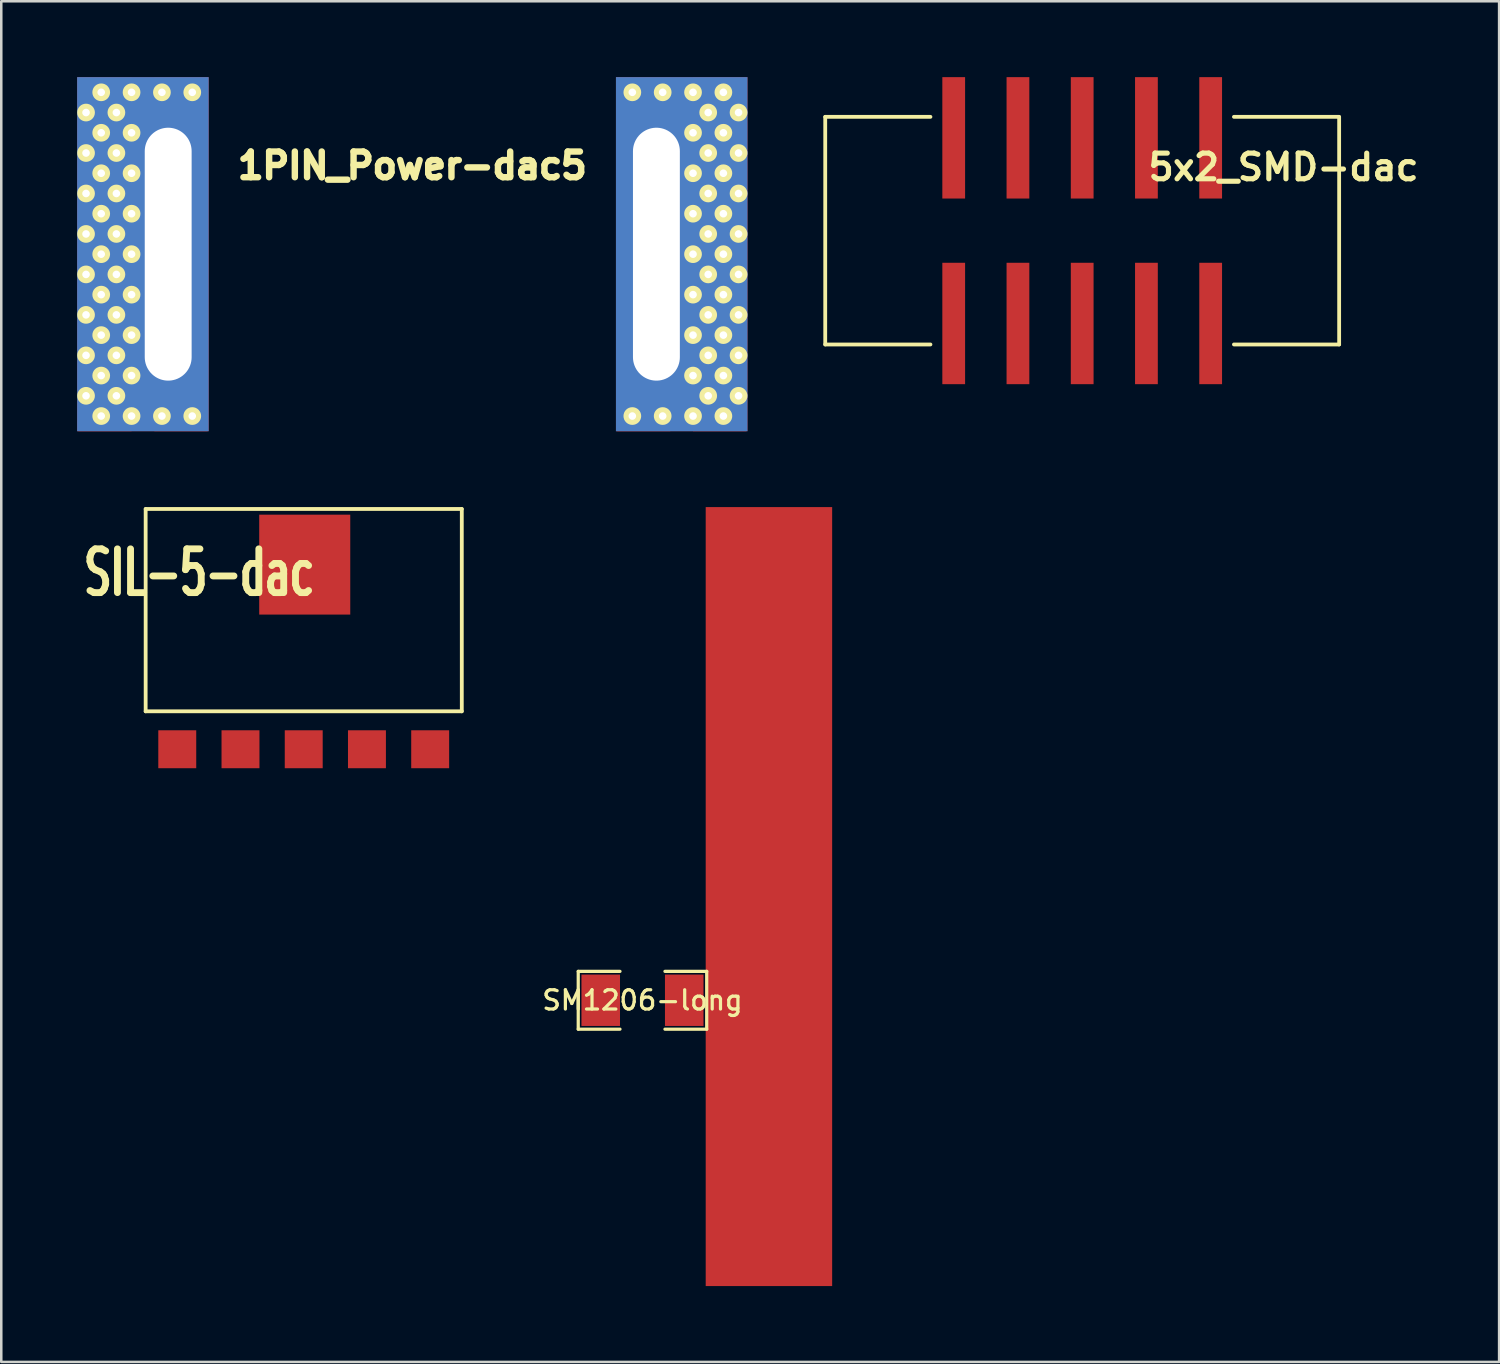
<source format=kicad_pcb>
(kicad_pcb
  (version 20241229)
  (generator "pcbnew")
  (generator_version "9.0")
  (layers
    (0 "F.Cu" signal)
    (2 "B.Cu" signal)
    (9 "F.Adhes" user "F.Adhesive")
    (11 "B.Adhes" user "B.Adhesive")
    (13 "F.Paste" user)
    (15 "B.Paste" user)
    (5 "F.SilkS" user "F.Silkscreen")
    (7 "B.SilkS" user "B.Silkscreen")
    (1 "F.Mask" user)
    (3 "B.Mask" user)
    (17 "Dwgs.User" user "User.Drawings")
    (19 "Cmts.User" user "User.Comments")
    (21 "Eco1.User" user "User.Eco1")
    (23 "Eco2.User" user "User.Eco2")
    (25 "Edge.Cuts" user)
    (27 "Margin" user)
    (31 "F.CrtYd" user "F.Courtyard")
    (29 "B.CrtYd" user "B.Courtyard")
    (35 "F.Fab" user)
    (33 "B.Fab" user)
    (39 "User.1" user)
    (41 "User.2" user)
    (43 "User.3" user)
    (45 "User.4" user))
  (footprint "SIL-5-dac"
    (layer "F.Cu")
    (at 8.959 26.575)
    (property "Reference" "SIL-5-dac" (at -4.13 -6.98 0) (layer "F.SilkS") (effects (font (size 1.73 1.087) (thickness 0.305))))
    (attr through_hole)
    (fp_line (start -6.25 -9.5) (end 6.25 -9.5) (stroke (width 0.15) (type solid)) (layer "F.SilkS"))
    (fp_line (start -6.25 -1.5) (end -6.25 -9.5) (stroke (width 0.15) (type solid)) (layer "F.SilkS"))
    (fp_line (start -6.25 -1.5) (end 6.25 -1.5) (stroke (width 0.15) (type solid)) (layer "F.SilkS"))
    (fp_line (start 6.25 -1.5) (end 6.25 -9.5) (stroke (width 0.15) (type solid)) (layer "F.SilkS"))
    (pad "0" smd rect (at 0.04 -7.3) (size 3.6 3.95) (layers "F.Cu" "F.Mask" "F.Paste"))
    (pad "1" smd rect (at -5 0) (size 1.5 1.5) (layers "F.Cu" "F.Mask" "F.Paste"))
    (pad "2" smd rect (at -2.5 0) (size 1.5 1.5) (layers "F.Cu" "F.Mask" "F.Paste"))
    (pad "3" smd rect (at 0 0) (size 1.5 1.5) (layers "F.Cu" "F.Mask" "F.Paste"))
    (pad "4" smd rect (at 2.5 0) (size 1.5 1.5) (layers "F.Cu" "F.Mask" "F.Paste"))
    (pad "5" smd rect (at 5 0) (size 1.5 1.5) (layers "F.Cu" "F.Mask" "F.Paste")))
  (footprint "1PIN_Power-dac5"
    (layer "F.Cu")
    (at 13.252 7)
    (property "Reference" "1PIN_Power-dac5" (at 0 -3.5 0) (layer "F.SilkS") (effects (font (size 1.016 1.016) (thickness 0.254))))
    (attr through_hole)
    (pad "1" thru_hole circle (at -12.9 -5.6) (size 0.7 0.7) (drill 0.3) (layers "*.Cu" "*.Mask" "F.SilkS"))
    (pad "1" thru_hole circle (at -12.9 -4) (size 0.7 0.7) (drill 0.3) (layers "*.Cu" "*.Mask" "F.SilkS"))
    (pad "1" thru_hole circle (at -12.9 -2.4) (size 0.7 0.7) (drill 0.3) (layers "*.Cu" "*.Mask" "F.SilkS"))
    (pad "1" thru_hole circle (at -12.9 -0.8) (size 0.7 0.7) (drill 0.3) (layers "*.Cu" "*.Mask" "F.SilkS"))
    (pad "1" thru_hole circle (at -12.9 0.8) (size 0.7 0.7) (drill 0.3) (layers "*.Cu" "*.Mask" "F.SilkS"))
    (pad "1" thru_hole circle (at -12.9 2.4) (size 0.7 0.7) (drill 0.3) (layers "*.Cu" "*.Mask" "F.SilkS"))
    (pad "1" thru_hole circle (at -12.9 4) (size 0.7 0.7) (drill 0.3) (layers "*.Cu" "*.Mask" "F.SilkS"))
    (pad "1" thru_hole circle (at -12.9 5.6) (size 0.7 0.7) (drill 0.3) (layers "*.Cu" "*.Mask" "F.SilkS"))
    (pad "1" thru_hole circle (at -12.3 -6.4) (size 0.7 0.7) (drill 0.3) (layers "*.Cu" "*.Mask" "F.SilkS"))
    (pad "1" thru_hole circle (at -12.3 -4.8) (size 0.7 0.7) (drill 0.3) (layers "*.Cu" "*.Mask" "F.SilkS"))
    (pad "1" thru_hole circle (at -12.3 -3.2) (size 0.7 0.7) (drill 0.3) (layers "*.Cu" "*.Mask" "F.SilkS"))
    (pad "1" thru_hole circle (at -12.3 -1.6) (size 0.7 0.7) (drill 0.3) (layers "*.Cu" "*.Mask" "F.SilkS"))
    (pad "1" thru_hole circle (at -12.3 0) (size 0.7 0.7) (drill 0.3) (layers "*.Cu" "*.Mask" "F.SilkS"))
    (pad "1" thru_hole circle (at -12.3 1.6) (size 0.7 0.7) (drill 0.3) (layers "*.Cu" "*.Mask" "F.SilkS"))
    (pad "1" thru_hole circle (at -12.3 3.2) (size 0.7 0.7) (drill 0.3) (layers "*.Cu" "*.Mask" "F.SilkS"))
    (pad "1" thru_hole circle (at -12.3 4.8) (size 0.7 0.7) (drill 0.3) (layers "*.Cu" "*.Mask" "F.SilkS"))
    (pad "1" thru_hole circle (at -12.3 6.4) (size 0.7 0.7) (drill 0.3) (layers "*.Cu" "*.Mask" "F.SilkS"))
    (pad "1" smd rect (at -12.15 -4.9) (size 2.1 4.2) (layers "*.Paste" "F.Cu"))
    (pad "1" smd rect (at -12.15 0) (size 2.1 4.2) (layers "*.Paste" "F.Cu"))
    (pad "1" smd rect (at -12.15 4.9) (size 2.1 4.2) (layers "*.Paste" "F.Cu"))
    (pad "1" thru_hole circle (at -11.7 -5.6) (size 0.7 0.7) (drill 0.3) (layers "*.Cu" "*.Mask" "F.SilkS"))
    (pad "1" thru_hole circle (at -11.7 -4) (size 0.7 0.7) (drill 0.3) (layers "*.Cu" "*.Mask" "F.SilkS"))
    (pad "1" thru_hole circle (at -11.7 -2.4) (size 0.7 0.7) (drill 0.3) (layers "*.Cu" "*.Mask" "F.SilkS"))
    (pad "1" thru_hole circle (at -11.7 -0.8) (size 0.7 0.7) (drill 0.3) (layers "*.Cu" "*.Mask" "F.SilkS"))
    (pad "1" thru_hole circle (at -11.7 0.8) (size 0.7 0.7) (drill 0.3) (layers "*.Cu" "*.Mask" "F.SilkS"))
    (pad "1" thru_hole circle (at -11.7 2.4) (size 0.7 0.7) (drill 0.3) (layers "*.Cu" "*.Mask" "F.SilkS"))
    (pad "1" thru_hole circle (at -11.7 4) (size 0.7 0.7) (drill 0.3) (layers "*.Cu" "*.Mask" "F.SilkS"))
    (pad "1" thru_hole circle (at -11.7 5.6) (size 0.7 0.7) (drill 0.3) (layers "*.Cu" "*.Mask" "F.SilkS"))
    (pad "1" thru_hole circle (at -11.1 -6.4) (size 0.7 0.7) (drill 0.3) (layers "*.Cu" "*.Mask" "F.SilkS"))
    (pad "1" thru_hole circle (at -11.1 -4.8) (size 0.7 0.7) (drill 0.3) (layers "*.Cu" "*.Mask" "F.SilkS"))
    (pad "1" thru_hole circle (at -11.1 -3.2) (size 0.7 0.7) (drill 0.3) (layers "*.Cu" "*.Mask" "F.SilkS"))
    (pad "1" thru_hole circle (at -11.1 -1.6) (size 0.7 0.7) (drill 0.3) (layers "*.Cu" "*.Mask" "F.SilkS"))
    (pad "1" thru_hole circle (at -11.1 0) (size 0.7 0.7) (drill 0.3) (layers "*.Cu" "*.Mask" "F.SilkS"))
    (pad "1" thru_hole circle (at -11.1 1.6) (size 0.7 0.7) (drill 0.3) (layers "*.Cu" "*.Mask" "F.SilkS"))
    (pad "1" thru_hole circle (at -11.1 3.2) (size 0.7 0.7) (drill 0.3) (layers "*.Cu" "*.Mask" "F.SilkS"))
    (pad "1" thru_hole circle (at -11.1 4.8) (size 0.7 0.7) (drill 0.3) (layers "*.Cu" "*.Mask" "F.SilkS"))
    (pad "1" thru_hole circle (at -11.1 6.4) (size 0.7 0.7) (drill 0.3) (layers "*.Cu" "*.Mask" "F.SilkS"))
    (pad "1" thru_hole circle (at -9.9 -6.4) (size 0.7 0.7) (drill 0.3) (layers "*.Cu" "*.Mask" "F.SilkS"))
    (pad "1" thru_hole circle (at -9.9 6.4) (size 0.7 0.7) (drill 0.3) (layers "*.Cu" "*.Mask" "F.SilkS"))
    (pad "1" thru_hole rect (at -9.652 0) (size 5.2 14) (drill oval 1.854 10 (offset -1 0)) (layers "*.Cu" "*.Mask"))
    (pad "1" smd rect (at -9.15 -4.9) (size 2.1 4.2) (layers "*.Paste" "F.Cu"))
    (pad "1" smd rect (at -9.15 0) (size 2.1 4.2) (layers "*.Paste" "F.Cu"))
    (pad "1" smd rect (at -9.15 4.9) (size 2.1 4.2) (layers "*.Paste" "F.Cu"))
    (pad "1" thru_hole circle (at -8.7 -6.4) (size 0.7 0.7) (drill 0.3) (layers "*.Cu" "*.Mask" "F.SilkS"))
    (pad "1" thru_hole circle (at -8.7 6.4) (size 0.7 0.7) (drill 0.3) (layers "*.Cu" "*.Mask" "F.SilkS"))
    (pad "1" thru_hole circle (at 8.7 -6.4) (size 0.7 0.7) (drill 0.3) (layers "*.Cu" "*.Mask" "F.SilkS"))
    (pad "1" thru_hole circle (at 8.7 6.4) (size 0.7 0.7) (drill 0.3) (layers "*.Cu" "*.Mask" "F.SilkS"))
    (pad "1" smd rect (at 9.15 -4.9) (size 2.1 4.2) (layers "*.Paste" "F.Cu"))
    (pad "1" smd rect (at 9.15 0) (size 2.1 4.2) (layers "*.Paste" "F.Cu"))
    (pad "1" smd rect (at 9.15 4.9) (size 2.1 4.2) (layers "*.Paste" "F.Cu"))
    (pad "1" thru_hole rect (at 9.652 0) (size 5.2 14) (drill oval 1.854 10 (offset 1 0)) (layers "*.Cu" "*.Mask"))
    (pad "1" thru_hole circle (at 9.9 -6.4) (size 0.7 0.7) (drill 0.3) (layers "*.Cu" "*.Mask" "F.SilkS"))
    (pad "1" thru_hole circle (at 9.9 6.4) (size 0.7 0.7) (drill 0.3) (layers "*.Cu" "*.Mask" "F.SilkS"))
    (pad "1" thru_hole circle (at 11.1 -6.4 180) (size 0.7 0.7) (drill 0.3) (layers "*.Cu" "*.Mask" "F.SilkS"))
    (pad "1" thru_hole circle (at 11.1 -4.8 180) (size 0.7 0.7) (drill 0.3) (layers "*.Cu" "*.Mask" "F.SilkS"))
    (pad "1" thru_hole circle (at 11.1 -3.2 180) (size 0.7 0.7) (drill 0.3) (layers "*.Cu" "*.Mask" "F.SilkS"))
    (pad "1" thru_hole circle (at 11.1 -1.6 180) (size 0.7 0.7) (drill 0.3) (layers "*.Cu" "*.Mask" "F.SilkS"))
    (pad "1" thru_hole circle (at 11.1 0 180) (size 0.7 0.7) (drill 0.3) (layers "*.Cu" "*.Mask" "F.SilkS"))
    (pad "1" thru_hole circle (at 11.1 1.6 180) (size 0.7 0.7) (drill 0.3) (layers "*.Cu" "*.Mask" "F.SilkS"))
    (pad "1" thru_hole circle (at 11.1 3.2 180) (size 0.7 0.7) (drill 0.3) (layers "*.Cu" "*.Mask" "F.SilkS"))
    (pad "1" thru_hole circle (at 11.1 4.8 180) (size 0.7 0.7) (drill 0.3) (layers "*.Cu" "*.Mask" "F.SilkS"))
    (pad "1" thru_hole circle (at 11.1 6.4 180) (size 0.7 0.7) (drill 0.3) (layers "*.Cu" "*.Mask" "F.SilkS"))
    (pad "1" thru_hole circle (at 11.7 -5.6 180) (size 0.7 0.7) (drill 0.3) (layers "*.Cu" "*.Mask" "F.SilkS"))
    (pad "1" thru_hole circle (at 11.7 -4 180) (size 0.7 0.7) (drill 0.3) (layers "*.Cu" "*.Mask" "F.SilkS"))
    (pad "1" thru_hole circle (at 11.7 -2.4 180) (size 0.7 0.7) (drill 0.3) (layers "*.Cu" "*.Mask" "F.SilkS"))
    (pad "1" thru_hole circle (at 11.7 -0.8 180) (size 0.7 0.7) (drill 0.3) (layers "*.Cu" "*.Mask" "F.SilkS"))
    (pad "1" thru_hole circle (at 11.7 0.8 180) (size 0.7 0.7) (drill 0.3) (layers "*.Cu" "*.Mask" "F.SilkS"))
    (pad "1" thru_hole circle (at 11.7 2.4 180) (size 0.7 0.7) (drill 0.3) (layers "*.Cu" "*.Mask" "F.SilkS"))
    (pad "1" thru_hole circle (at 11.7 4 180) (size 0.7 0.7) (drill 0.3) (layers "*.Cu" "*.Mask" "F.SilkS"))
    (pad "1" thru_hole circle (at 11.7 5.6 180) (size 0.7 0.7) (drill 0.3) (layers "*.Cu" "*.Mask" "F.SilkS"))
    (pad "1" smd rect (at 12.15 -4.9) (size 2.1 4.2) (layers "*.Paste" "F.Cu"))
    (pad "1" smd rect (at 12.15 0) (size 2.1 4.2) (layers "*.Paste" "F.Cu"))
    (pad "1" smd rect (at 12.15 4.9) (size 2.1 4.2) (layers "*.Paste" "F.Cu"))
    (pad "1" thru_hole circle (at 12.3 -6.4 180) (size 0.7 0.7) (drill 0.3) (layers "*.Cu" "*.Mask" "F.SilkS"))
    (pad "1" thru_hole circle (at 12.3 -4.8 180) (size 0.7 0.7) (drill 0.3) (layers "*.Cu" "*.Mask" "F.SilkS"))
    (pad "1" thru_hole circle (at 12.3 -3.2 180) (size 0.7 0.7) (drill 0.3) (layers "*.Cu" "*.Mask" "F.SilkS"))
    (pad "1" thru_hole circle (at 12.3 -1.6 180) (size 0.7 0.7) (drill 0.3) (layers "*.Cu" "*.Mask" "F.SilkS"))
    (pad "1" thru_hole circle (at 12.3 0 180) (size 0.7 0.7) (drill 0.3) (layers "*.Cu" "*.Mask" "F.SilkS"))
    (pad "1" thru_hole circle (at 12.3 1.6 180) (size 0.7 0.7) (drill 0.3) (layers "*.Cu" "*.Mask" "F.SilkS"))
    (pad "1" thru_hole circle (at 12.3 3.2 180) (size 0.7 0.7) (drill 0.3) (layers "*.Cu" "*.Mask" "F.SilkS"))
    (pad "1" thru_hole circle (at 12.3 4.8 180) (size 0.7 0.7) (drill 0.3) (layers "*.Cu" "*.Mask" "F.SilkS"))
    (pad "1" thru_hole circle (at 12.3 6.4 180) (size 0.7 0.7) (drill 0.3) (layers "*.Cu" "*.Mask" "F.SilkS"))
    (pad "1" thru_hole circle (at 12.9 -5.6 180) (size 0.7 0.7) (drill 0.3) (layers "*.Cu" "*.Mask" "F.SilkS"))
    (pad "1" thru_hole circle (at 12.9 -4 180) (size 0.7 0.7) (drill 0.3) (layers "*.Cu" "*.Mask" "F.SilkS"))
    (pad "1" thru_hole circle (at 12.9 -2.4 180) (size 0.7 0.7) (drill 0.3) (layers "*.Cu" "*.Mask" "F.SilkS"))
    (pad "1" thru_hole circle (at 12.9 -0.8 180) (size 0.7 0.7) (drill 0.3) (layers "*.Cu" "*.Mask" "F.SilkS"))
    (pad "1" thru_hole circle (at 12.9 0.8 180) (size 0.7 0.7) (drill 0.3) (layers "*.Cu" "*.Mask" "F.SilkS"))
    (pad "1" thru_hole circle (at 12.9 2.4 180) (size 0.7 0.7) (drill 0.3) (layers "*.Cu" "*.Mask" "F.SilkS"))
    (pad "1" thru_hole circle (at 12.9 4 180) (size 0.7 0.7) (drill 0.3) (layers "*.Cu" "*.Mask" "F.SilkS"))
    (pad "1" thru_hole circle (at 12.9 5.6 180) (size 0.7 0.7) (drill 0.3) (layers "*.Cu" "*.Mask" "F.SilkS")))
  (footprint "SM1206-long"
    (layer "F.Cu")
    (at 22.353 36.5)
    (property "Reference" "SM1206-long" (at 0 0 0) (layer "F.SilkS") (effects (font (size 0.762 0.762) (thickness 0.127))))
    (attr smd)
    (fp_line (start -2.54 -1.143) (end -2.54 1.143) (stroke (width 0.127) (type solid)) (layer "F.SilkS"))
    (fp_line (start -2.54 1.143) (end -0.889 1.143) (stroke (width 0.127) (type solid)) (layer "F.SilkS"))
    (fp_line (start -0.889 -1.143) (end -2.54 -1.143) (stroke (width 0.127) (type solid)) (layer "F.SilkS"))
    (fp_line (start 0.889 -1.143) (end 2.54 -1.143) (stroke (width 0.127) (type solid)) (layer "F.SilkS"))
    (fp_line (start 2.54 -1.143) (end 2.54 1.143) (stroke (width 0.127) (type solid)) (layer "F.SilkS"))
    (fp_line (start 2.54 1.143) (end 0.889 1.143) (stroke (width 0.127) (type solid)) (layer "F.SilkS"))
    (pad "1" smd rect (at -1.651 0) (size 1.524 2.032) (layers "F.Cu" "F.Mask" "F.Paste"))
    (pad "2" smd rect (at 1.651 0) (size 1.524 2.032) (layers "F.Cu" "F.Mask" "F.Paste"))
    (pad "3" smd rect (at 5 0) (size 5 30.8) (drill (offset 0 -4.1)) (layers "F.Cu" "F.Mask" "F.Paste")))
  (footprint "5x2_SMD-dac"
    (layer "F.Cu")
    (at 39.739 6.07)
    (property "Reference" "5x2_SMD-dac" (at 7.96 -2.51 0) (layer "F.SilkS") (effects (font (size 1.016 1.016) (thickness 0.203))))
    (attr through_hole)
    (fp_line (start -10.16 -4.5) (end -10.16 4.5) (stroke (width 0.15) (type solid)) (layer "F.SilkS"))
    (fp_line (start -10.16 -4.5) (end -6 -4.5) (stroke (width 0.15) (type solid)) (layer "F.SilkS"))
    (fp_line (start -10.16 4.5) (end -6 4.5) (stroke (width 0.15) (type solid)) (layer "F.SilkS"))
    (fp_line (start 10.15 -4.5) (end 6 -4.5) (stroke (width 0.15) (type solid)) (layer "F.SilkS"))
    (fp_line (start 10.16 -4.5) (end 10.16 4.5) (stroke (width 0.15) (type solid)) (layer "F.SilkS"))
    (fp_line (start 10.16 4.5) (end 6 4.5) (stroke (width 0.15) (type solid)) (layer "F.SilkS"))
    (pad "1" smd rect (at -5.08 3.67) (size 0.9 4.8) (layers "F.Cu" "F.Mask" "F.Paste"))
    (pad "2" smd rect (at -5.08 -3.67) (size 0.9 4.8) (layers "F.Cu" "F.Mask" "F.Paste"))
    (pad "3" smd rect (at -2.54 3.67) (size 0.9 4.8) (layers "F.Cu" "F.Mask" "F.Paste"))
    (pad "4" smd rect (at -2.54 -3.67) (size 0.9 4.8) (layers "F.Cu" "F.Mask" "F.Paste"))
    (pad "5" smd rect (at 0 3.67) (size 0.9 4.8) (layers "F.Cu" "F.Mask" "F.Paste"))
    (pad "6" smd rect (at 0 -3.67) (size 0.9 4.8) (layers "F.Cu" "F.Mask" "F.Paste"))
    (pad "7" smd rect (at 2.54 3.67) (size 0.9 4.8) (layers "F.Cu" "F.Mask" "F.Paste"))
    (pad "8" smd rect (at 2.54 -3.67) (size 0.9 4.8) (layers "F.Cu" "F.Mask" "F.Paste"))
    (pad "9" smd rect (at 5.08 3.67) (size 0.9 4.8) (layers "F.Cu" "F.Mask" "F.Paste"))
    (pad "10" smd rect (at 5.08 -3.67) (size 0.9 4.8) (layers "F.Cu" "F.Mask" "F.Paste")))
  (gr_rect
    (start -3 -3)
    (end 56.224 50.8)
    (stroke (width 0.1) (type default))
    (fill no)
    (layer "Edge.Cuts")))
</source>
